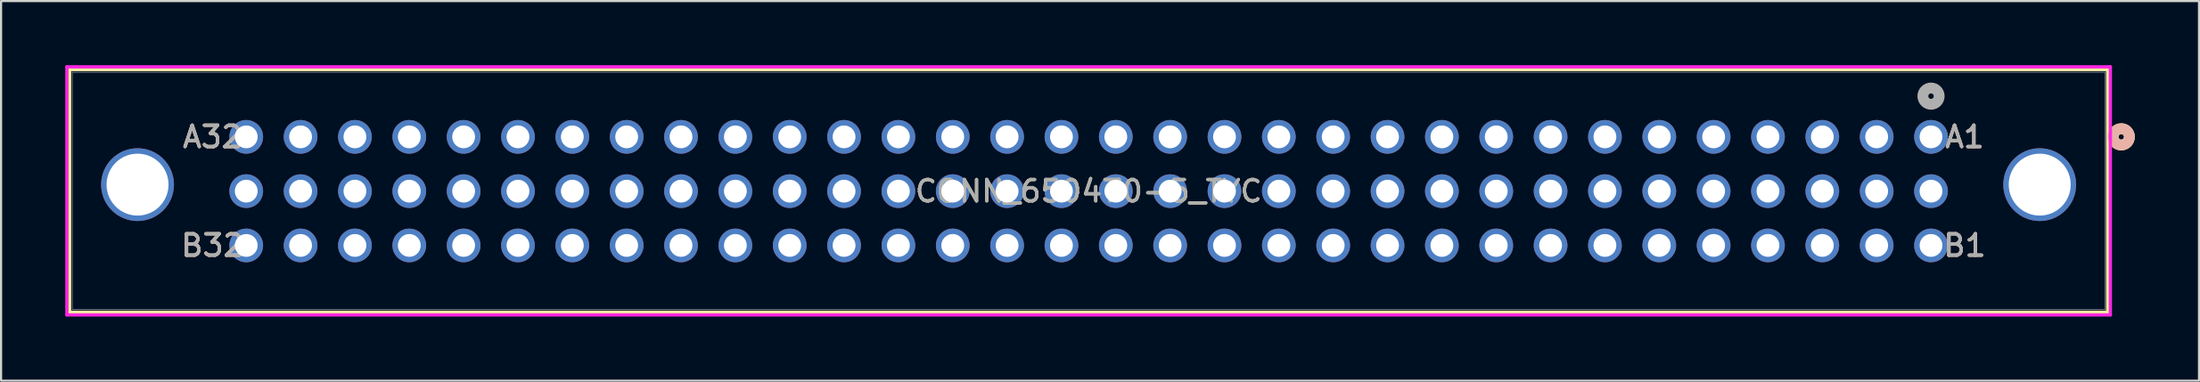
<source format=kicad_pcb>
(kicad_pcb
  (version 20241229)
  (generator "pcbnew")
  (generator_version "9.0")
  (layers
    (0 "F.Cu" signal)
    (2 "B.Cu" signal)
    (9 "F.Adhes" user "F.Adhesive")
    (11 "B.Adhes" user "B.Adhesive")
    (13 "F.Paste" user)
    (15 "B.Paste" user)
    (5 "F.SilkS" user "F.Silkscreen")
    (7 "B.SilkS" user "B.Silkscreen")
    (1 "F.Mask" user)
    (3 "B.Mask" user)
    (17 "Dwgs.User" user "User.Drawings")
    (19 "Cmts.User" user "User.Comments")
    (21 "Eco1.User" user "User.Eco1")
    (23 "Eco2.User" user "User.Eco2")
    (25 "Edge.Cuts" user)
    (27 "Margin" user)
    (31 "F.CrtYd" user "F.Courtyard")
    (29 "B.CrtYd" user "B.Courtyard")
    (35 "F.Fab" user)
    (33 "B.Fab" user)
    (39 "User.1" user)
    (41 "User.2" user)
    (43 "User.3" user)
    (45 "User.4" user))
  (footprint "CONN_650470-5_TYC"
    (layer "F.Cu")
    (at 87.198 3.353)
    (property "Reference" "CONN_650470-5_TYC" (at -39.37 2.54 0) (unlocked yes) (layer "F.SilkS") (effects (font (size 1 1) (thickness 0.15))))
    (attr through_hole)
    (fp_line (start -86.995 -3.15) (end -86.995 8.204) (stroke (width 0.152) (type solid)) (layer "F.SilkS"))
    (fp_line (start -86.995 8.204) (end 8.255 8.204) (stroke (width 0.152) (type solid)) (layer "F.SilkS"))
    (fp_line (start 8.255 -3.15) (end -86.995 -3.15) (stroke (width 0.152) (type solid)) (layer "F.SilkS"))
    (fp_line (start 8.255 8.204) (end 8.255 -3.15) (stroke (width 0.152) (type solid)) (layer "F.SilkS"))
    (fp_circle (center 8.89 0) (end 9.271 0) (stroke (width 0.508) (type solid)) (fill no) (layer "F.SilkS"))
    (fp_circle (center 8.89 0) (end 9.271 0) (stroke (width 0.508) (type solid)) (fill no) (layer "B.SilkS"))
    (fp_line (start -87.122 -3.277) (end -87.122 8.331) (stroke (width 0.152) (type solid)) (layer "F.CrtYd"))
    (fp_line (start -87.122 8.331) (end 8.382 8.331) (stroke (width 0.152) (type solid)) (layer "F.CrtYd"))
    (fp_line (start 8.382 -3.277) (end -87.122 -3.277) (stroke (width 0.152) (type solid)) (layer "F.CrtYd"))
    (fp_line (start 8.382 8.331) (end 8.382 -3.277) (stroke (width 0.152) (type solid)) (layer "F.CrtYd"))
    (fp_line (start -86.868 -3.023) (end -86.868 8.077) (stroke (width 0.025) (type solid)) (layer "F.Fab"))
    (fp_line (start -86.868 8.077) (end 8.128 8.077) (stroke (width 0.025) (type solid)) (layer "F.Fab"))
    (fp_line (start 8.128 -3.023) (end -86.868 -3.023) (stroke (width 0.025) (type solid)) (layer "F.Fab"))
    (fp_line (start 8.128 8.077) (end 8.128 -3.023) (stroke (width 0.025) (type solid)) (layer "F.Fab"))
    (fp_circle (center 0 -1.905) (end 0.381 -1.905) (stroke (width 0.508) (type solid)) (fill no) (layer "F.Fab"))
    (fp_text user "B1" (at 1.575 5.08 0) (unlocked yes) (layer "F.SilkS") (effects (font (size 1 1) (thickness 0.15))))
    (fp_text user "B32" (at -80.315 5.08 0) (unlocked yes) (layer "F.SilkS") (effects (font (size 1 1) (thickness 0.15))))
    (fp_text user "A32" (at -80.315 0 0) (unlocked yes) (layer "F.SilkS") (effects (font (size 1 1) (thickness 0.15))))
    (fp_text user "A1" (at 1.575 0 0) (unlocked yes) (layer "F.SilkS") (effects (font (size 1 1) (thickness 0.15))))
    (fp_text user "B1" (at 1.575 5.08 0) (unlocked yes) (layer "B.SilkS") (effects (font (size 1 1) (thickness 0.15))))
    (fp_text user "A1" (at 1.575 0 0) (unlocked yes) (layer "B.SilkS") (effects (font (size 1 1) (thickness 0.15))))
    (fp_text user "B32" (at -80.315 5.08 0) (unlocked yes) (layer "B.SilkS") (effects (font (size 1 1) (thickness 0.15))))
    (fp_text user "A32" (at -80.315 0 0) (unlocked yes) (layer "B.SilkS") (effects (font (size 1 1) (thickness 0.15))))
    (fp_text user "${REFERENCE}" (at -39.37 2.54 0) (unlocked yes) (layer "F.Fab") (effects (font (size 1 1) (thickness 0.15))))
    (fp_text user "A32" (at -80.315 0 0) (unlocked yes) (layer "F.Fab") (effects (font (size 1 1) (thickness 0.15))))
    (fp_text user "A1" (at 1.575 0 0) (unlocked yes) (layer "F.Fab") (effects (font (size 1 1) (thickness 0.15))))
    (fp_text user "B32" (at -80.315 5.08 0) (unlocked yes) (layer "F.Fab") (effects (font (size 1 1) (thickness 0.15))))
    (fp_text user "B1" (at 1.575 5.08 0) (unlocked yes) (layer "F.Fab") (effects (font (size 1 1) (thickness 0.15))))
    (pad "97" thru_hole circle (at -83.82 2.235) (size 3.404 3.404) (drill 2.896) (layers "*.Cu" "*.Mask"))
    (pad "98" thru_hole circle (at 5.08 2.235) (size 3.404 3.404) (drill 2.896) (layers "*.Cu" "*.Mask"))
    (pad "A1" thru_hole circle (at 0 0) (size 1.575 1.575) (drill 1.067) (layers "*.Cu" "*.Mask"))
    (pad "A2" thru_hole circle (at -2.54 0) (size 1.575 1.575) (drill 1.067) (layers "*.Cu" "*.Mask"))
    (pad "A3" thru_hole circle (at -5.08 0) (size 1.575 1.575) (drill 1.067) (layers "*.Cu" "*.Mask"))
    (pad "A4" thru_hole circle (at -7.62 0) (size 1.575 1.575) (drill 1.067) (layers "*.Cu" "*.Mask"))
    (pad "A5" thru_hole circle (at -10.16 0) (size 1.575 1.575) (drill 1.067) (layers "*.Cu" "*.Mask"))
    (pad "A6" thru_hole circle (at -12.7 0) (size 1.575 1.575) (drill 1.067) (layers "*.Cu" "*.Mask"))
    (pad "A7" thru_hole circle (at -15.24 0) (size 1.575 1.575) (drill 1.067) (layers "*.Cu" "*.Mask"))
    (pad "A8" thru_hole circle (at -17.78 0) (size 1.575 1.575) (drill 1.067) (layers "*.Cu" "*.Mask"))
    (pad "A9" thru_hole circle (at -20.32 0) (size 1.575 1.575) (drill 1.067) (layers "*.Cu" "*.Mask"))
    (pad "A10" thru_hole circle (at -22.86 0) (size 1.575 1.575) (drill 1.067) (layers "*.Cu" "*.Mask"))
    (pad "A11" thru_hole circle (at -25.4 0) (size 1.575 1.575) (drill 1.067) (layers "*.Cu" "*.Mask"))
    (pad "A12" thru_hole circle (at -27.94 0) (size 1.575 1.575) (drill 1.067) (layers "*.Cu" "*.Mask"))
    (pad "A13" thru_hole circle (at -30.48 0) (size 1.575 1.575) (drill 1.067) (layers "*.Cu" "*.Mask"))
    (pad "A14" thru_hole circle (at -33.02 0) (size 1.575 1.575) (drill 1.067) (layers "*.Cu" "*.Mask"))
    (pad "A15" thru_hole circle (at -35.56 0) (size 1.575 1.575) (drill 1.067) (layers "*.Cu" "*.Mask"))
    (pad "A16" thru_hole circle (at -38.1 0) (size 1.575 1.575) (drill 1.067) (layers "*.Cu" "*.Mask"))
    (pad "A17" thru_hole circle (at -40.64 0) (size 1.575 1.575) (drill 1.067) (layers "*.Cu" "*.Mask"))
    (pad "A18" thru_hole circle (at -43.18 0) (size 1.575 1.575) (drill 1.067) (layers "*.Cu" "*.Mask"))
    (pad "A19" thru_hole circle (at -45.72 0) (size 1.575 1.575) (drill 1.067) (layers "*.Cu" "*.Mask"))
    (pad "A20" thru_hole circle (at -48.26 0) (size 1.575 1.575) (drill 1.067) (layers "*.Cu" "*.Mask"))
    (pad "A21" thru_hole circle (at -50.8 0) (size 1.575 1.575) (drill 1.067) (layers "*.Cu" "*.Mask"))
    (pad "A22" thru_hole circle (at -53.34 0) (size 1.575 1.575) (drill 1.067) (layers "*.Cu" "*.Mask"))
    (pad "A23" thru_hole circle (at -55.88 0) (size 1.575 1.575) (drill 1.067) (layers "*.Cu" "*.Mask"))
    (pad "A24" thru_hole circle (at -58.42 0) (size 1.575 1.575) (drill 1.067) (layers "*.Cu" "*.Mask"))
    (pad "A25" thru_hole circle (at -60.96 0) (size 1.575 1.575) (drill 1.067) (layers "*.Cu" "*.Mask"))
    (pad "A26" thru_hole circle (at -63.5 0) (size 1.575 1.575) (drill 1.067) (layers "*.Cu" "*.Mask"))
    (pad "A27" thru_hole circle (at -66.04 0) (size 1.575 1.575) (drill 1.067) (layers "*.Cu" "*.Mask"))
    (pad "A28" thru_hole circle (at -68.58 0) (size 1.575 1.575) (drill 1.067) (layers "*.Cu" "*.Mask"))
    (pad "A29" thru_hole circle (at -71.12 0) (size 1.575 1.575) (drill 1.067) (layers "*.Cu" "*.Mask"))
    (pad "A30" thru_hole circle (at -73.66 0) (size 1.575 1.575) (drill 1.067) (layers "*.Cu" "*.Mask"))
    (pad "A31" thru_hole circle (at -76.2 0) (size 1.575 1.575) (drill 1.067) (layers "*.Cu" "*.Mask"))
    (pad "A32" thru_hole circle (at -78.74 0) (size 1.575 1.575) (drill 1.067) (layers "*.Cu" "*.Mask"))
    (pad "B1" thru_hole circle (at 0 2.54) (size 1.575 1.575) (drill 1.067) (layers "*.Cu" "*.Mask"))
    (pad "B2" thru_hole circle (at -2.54 2.54) (size 1.575 1.575) (drill 1.067) (layers "*.Cu" "*.Mask"))
    (pad "B3" thru_hole circle (at -5.08 2.54) (size 1.575 1.575) (drill 1.067) (layers "*.Cu" "*.Mask"))
    (pad "B4" thru_hole circle (at -7.62 2.54) (size 1.575 1.575) (drill 1.067) (layers "*.Cu" "*.Mask"))
    (pad "B5" thru_hole circle (at -10.16 2.54) (size 1.575 1.575) (drill 1.067) (layers "*.Cu" "*.Mask"))
    (pad "B6" thru_hole circle (at -12.7 2.54) (size 1.575 1.575) (drill 1.067) (layers "*.Cu" "*.Mask"))
    (pad "B7" thru_hole circle (at -15.24 2.54) (size 1.575 1.575) (drill 1.067) (layers "*.Cu" "*.Mask"))
    (pad "B8" thru_hole circle (at -17.78 2.54) (size 1.575 1.575) (drill 1.067) (layers "*.Cu" "*.Mask"))
    (pad "B9" thru_hole circle (at -20.32 2.54) (size 1.575 1.575) (drill 1.067) (layers "*.Cu" "*.Mask"))
    (pad "B10" thru_hole circle (at -22.86 2.54) (size 1.575 1.575) (drill 1.067) (layers "*.Cu" "*.Mask"))
    (pad "B11" thru_hole circle (at -25.4 2.54) (size 1.575 1.575) (drill 1.067) (layers "*.Cu" "*.Mask"))
    (pad "B12" thru_hole circle (at -27.94 2.54) (size 1.575 1.575) (drill 1.067) (layers "*.Cu" "*.Mask"))
    (pad "B13" thru_hole circle (at -30.48 2.54) (size 1.575 1.575) (drill 1.067) (layers "*.Cu" "*.Mask"))
    (pad "B14" thru_hole circle (at -33.02 2.54) (size 1.575 1.575) (drill 1.067) (layers "*.Cu" "*.Mask"))
    (pad "B15" thru_hole circle (at -35.56 2.54) (size 1.575 1.575) (drill 1.067) (layers "*.Cu" "*.Mask"))
    (pad "B16" thru_hole circle (at -38.1 2.54) (size 1.575 1.575) (drill 1.067) (layers "*.Cu" "*.Mask"))
    (pad "B17" thru_hole circle (at -40.64 2.54) (size 1.575 1.575) (drill 1.067) (layers "*.Cu" "*.Mask"))
    (pad "B18" thru_hole circle (at -43.18 2.54) (size 1.575 1.575) (drill 1.067) (layers "*.Cu" "*.Mask"))
    (pad "B19" thru_hole circle (at -45.72 2.54) (size 1.575 1.575) (drill 1.067) (layers "*.Cu" "*.Mask"))
    (pad "B20" thru_hole circle (at -48.26 2.54) (size 1.575 1.575) (drill 1.067) (layers "*.Cu" "*.Mask"))
    (pad "B21" thru_hole circle (at -50.8 2.54) (size 1.575 1.575) (drill 1.067) (layers "*.Cu" "*.Mask"))
    (pad "B22" thru_hole circle (at -53.34 2.54) (size 1.575 1.575) (drill 1.067) (layers "*.Cu" "*.Mask"))
    (pad "B23" thru_hole circle (at -55.88 2.54) (size 1.575 1.575) (drill 1.067) (layers "*.Cu" "*.Mask"))
    (pad "B24" thru_hole circle (at -58.42 2.54) (size 1.575 1.575) (drill 1.067) (layers "*.Cu" "*.Mask"))
    (pad "B25" thru_hole circle (at -60.96 2.54) (size 1.575 1.575) (drill 1.067) (layers "*.Cu" "*.Mask"))
    (pad "B26" thru_hole circle (at -63.5 2.54) (size 1.575 1.575) (drill 1.067) (layers "*.Cu" "*.Mask"))
    (pad "B27" thru_hole circle (at -66.04 2.54) (size 1.575 1.575) (drill 1.067) (layers "*.Cu" "*.Mask"))
    (pad "B28" thru_hole circle (at -68.58 2.54) (size 1.575 1.575) (drill 1.067) (layers "*.Cu" "*.Mask"))
    (pad "B29" thru_hole circle (at -71.12 2.54) (size 1.575 1.575) (drill 1.067) (layers "*.Cu" "*.Mask"))
    (pad "B30" thru_hole circle (at -73.66 2.54) (size 1.575 1.575) (drill 1.067) (layers "*.Cu" "*.Mask"))
    (pad "B31" thru_hole circle (at -76.2 2.54) (size 1.575 1.575) (drill 1.067) (layers "*.Cu" "*.Mask"))
    (pad "B32" thru_hole circle (at -78.74 2.54) (size 1.575 1.575) (drill 1.067) (layers "*.Cu" "*.Mask"))
    (pad "C1" thru_hole circle (at 0 5.08) (size 1.575 1.575) (drill 1.067) (layers "*.Cu" "*.Mask"))
    (pad "C2" thru_hole circle (at -2.54 5.08) (size 1.575 1.575) (drill 1.067) (layers "*.Cu" "*.Mask"))
    (pad "C3" thru_hole circle (at -5.08 5.08) (size 1.575 1.575) (drill 1.067) (layers "*.Cu" "*.Mask"))
    (pad "C4" thru_hole circle (at -7.62 5.08) (size 1.575 1.575) (drill 1.067) (layers "*.Cu" "*.Mask"))
    (pad "C5" thru_hole circle (at -10.16 5.08) (size 1.575 1.575) (drill 1.067) (layers "*.Cu" "*.Mask"))
    (pad "C6" thru_hole circle (at -12.7 5.08) (size 1.575 1.575) (drill 1.067) (layers "*.Cu" "*.Mask"))
    (pad "C7" thru_hole circle (at -15.24 5.08) (size 1.575 1.575) (drill 1.067) (layers "*.Cu" "*.Mask"))
    (pad "C8" thru_hole circle (at -17.78 5.08) (size 1.575 1.575) (drill 1.067) (layers "*.Cu" "*.Mask"))
    (pad "C9" thru_hole circle (at -20.32 5.08) (size 1.575 1.575) (drill 1.067) (layers "*.Cu" "*.Mask"))
    (pad "C10" thru_hole circle (at -22.86 5.08) (size 1.575 1.575) (drill 1.067) (layers "*.Cu" "*.Mask"))
    (pad "C11" thru_hole circle (at -25.4 5.08) (size 1.575 1.575) (drill 1.067) (layers "*.Cu" "*.Mask"))
    (pad "C12" thru_hole circle (at -27.94 5.08) (size 1.575 1.575) (drill 1.067) (layers "*.Cu" "*.Mask"))
    (pad "C13" thru_hole circle (at -30.48 5.08) (size 1.575 1.575) (drill 1.067) (layers "*.Cu" "*.Mask"))
    (pad "C14" thru_hole circle (at -33.02 5.08) (size 1.575 1.575) (drill 1.067) (layers "*.Cu" "*.Mask"))
    (pad "C15" thru_hole circle (at -35.56 5.08) (size 1.575 1.575) (drill 1.067) (layers "*.Cu" "*.Mask"))
    (pad "C16" thru_hole circle (at -38.1 5.08) (size 1.575 1.575) (drill 1.067) (layers "*.Cu" "*.Mask"))
    (pad "C17" thru_hole circle (at -40.64 5.08) (size 1.575 1.575) (drill 1.067) (layers "*.Cu" "*.Mask"))
    (pad "C18" thru_hole circle (at -43.18 5.08) (size 1.575 1.575) (drill 1.067) (layers "*.Cu" "*.Mask"))
    (pad "C19" thru_hole circle (at -45.72 5.08) (size 1.575 1.575) (drill 1.067) (layers "*.Cu" "*.Mask"))
    (pad "C20" thru_hole circle (at -48.26 5.08) (size 1.575 1.575) (drill 1.067) (layers "*.Cu" "*.Mask"))
    (pad "C21" thru_hole circle (at -50.8 5.08) (size 1.575 1.575) (drill 1.067) (layers "*.Cu" "*.Mask"))
    (pad "C22" thru_hole circle (at -53.34 5.08) (size 1.575 1.575) (drill 1.067) (layers "*.Cu" "*.Mask"))
    (pad "C23" thru_hole circle (at -55.88 5.08) (size 1.575 1.575) (drill 1.067) (layers "*.Cu" "*.Mask"))
    (pad "C24" thru_hole circle (at -58.42 5.08) (size 1.575 1.575) (drill 1.067) (layers "*.Cu" "*.Mask"))
    (pad "C25" thru_hole circle (at -60.96 5.08) (size 1.575 1.575) (drill 1.067) (layers "*.Cu" "*.Mask"))
    (pad "C26" thru_hole circle (at -63.5 5.08) (size 1.575 1.575) (drill 1.067) (layers "*.Cu" "*.Mask"))
    (pad "C27" thru_hole circle (at -66.04 5.08) (size 1.575 1.575) (drill 1.067) (layers "*.Cu" "*.Mask"))
    (pad "C28" thru_hole circle (at -68.58 5.08) (size 1.575 1.575) (drill 1.067) (layers "*.Cu" "*.Mask"))
    (pad "C29" thru_hole circle (at -71.12 5.08) (size 1.575 1.575) (drill 1.067) (layers "*.Cu" "*.Mask"))
    (pad "C30" thru_hole circle (at -73.66 5.08) (size 1.575 1.575) (drill 1.067) (layers "*.Cu" "*.Mask"))
    (pad "C31" thru_hole circle (at -76.2 5.08) (size 1.575 1.575) (drill 1.067) (layers "*.Cu" "*.Mask"))
    (pad "C32" thru_hole circle (at -78.74 5.08) (size 1.575 1.575) (drill 1.067) (layers "*.Cu" "*.Mask")))
  (gr_rect
    (start -3 -3)
    (end 99.723 14.76)
    (stroke (width 0.1) (type default))
    (fill no)
    (layer "Edge.Cuts")))
</source>
